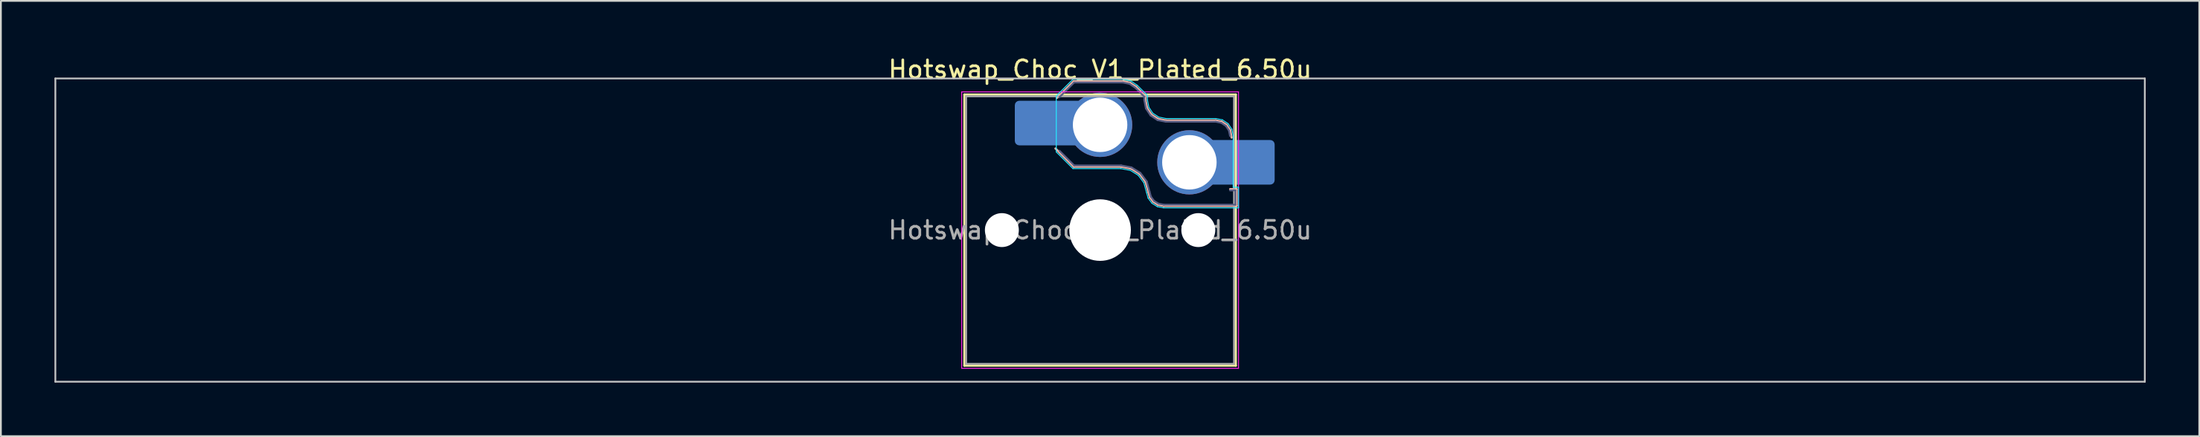
<source format=kicad_pcb>
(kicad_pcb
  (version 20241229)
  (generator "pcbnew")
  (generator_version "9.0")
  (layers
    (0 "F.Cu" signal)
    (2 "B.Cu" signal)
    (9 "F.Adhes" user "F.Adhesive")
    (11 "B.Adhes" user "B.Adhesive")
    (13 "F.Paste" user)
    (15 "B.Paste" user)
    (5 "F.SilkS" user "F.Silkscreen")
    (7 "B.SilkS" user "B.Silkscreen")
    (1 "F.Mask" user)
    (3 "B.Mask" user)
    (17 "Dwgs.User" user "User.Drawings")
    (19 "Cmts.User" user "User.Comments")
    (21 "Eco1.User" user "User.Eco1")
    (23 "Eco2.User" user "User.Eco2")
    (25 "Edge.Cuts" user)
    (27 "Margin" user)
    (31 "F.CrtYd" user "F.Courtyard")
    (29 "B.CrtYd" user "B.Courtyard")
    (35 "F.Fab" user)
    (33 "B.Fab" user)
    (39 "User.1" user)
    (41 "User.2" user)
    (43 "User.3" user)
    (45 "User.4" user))
  (footprint "Hotswap_Choc_V1_Plated_6.50u"
    (layer "F.Cu")
    (at 58.55 9.848)
    (property "Reference" "Hotswap_Choc_V1_Plated_6.50u" (at 0 -9 0) (layer "F.SilkS") (effects (font (size 1 1) (thickness 0.15))))
    (attr smd)
    (fp_line (start -7.6 -7.6) (end -7.6 7.6) (stroke (width 0.12) (type solid)) (layer "F.SilkS"))
    (fp_line (start -7.6 7.6) (end 7.6 7.6) (stroke (width 0.12) (type solid)) (layer "F.SilkS"))
    (fp_line (start 7.6 -7.6) (end -7.6 -7.6) (stroke (width 0.12) (type solid)) (layer "F.SilkS"))
    (fp_line (start 7.6 7.6) (end 7.6 -7.6) (stroke (width 0.12) (type solid)) (layer "F.SilkS"))
    (fp_line (start -2.416 -7.409) (end -1.479 -8.346) (stroke (width 0.12) (type solid)) (layer "B.SilkS"))
    (fp_line (start -1.479 -8.346) (end 1.268 -8.346) (stroke (width 0.12) (type solid)) (layer "B.SilkS"))
    (fp_line (start -1.479 -3.554) (end -2.5 -4.575) (stroke (width 0.12) (type solid)) (layer "B.SilkS"))
    (fp_line (start 1.168 -3.554) (end -1.479 -3.554) (stroke (width 0.12) (type solid)) (layer "B.SilkS"))
    (fp_line (start 1.268 -8.346) (end 1.671 -8.266) (stroke (width 0.12) (type solid)) (layer "B.SilkS"))
    (fp_line (start 1.671 -8.266) (end 2.013 -8.037) (stroke (width 0.12) (type solid)) (layer "B.SilkS"))
    (fp_line (start 1.73 -3.449) (end 1.168 -3.554) (stroke (width 0.12) (type solid)) (layer "B.SilkS"))
    (fp_line (start 2.013 -8.037) (end 2.546 -7.504) (stroke (width 0.12) (type solid)) (layer "B.SilkS"))
    (fp_line (start 2.209 -3.15) (end 1.73 -3.449) (stroke (width 0.12) (type solid)) (layer "B.SilkS"))
    (fp_line (start 2.546 -7.504) (end 2.546 -7.282) (stroke (width 0.12) (type solid)) (layer "B.SilkS"))
    (fp_line (start 2.546 -7.282) (end 2.633 -6.844) (stroke (width 0.12) (type solid)) (layer "B.SilkS"))
    (fp_line (start 2.547 -2.697) (end 2.209 -3.15) (stroke (width 0.12) (type solid)) (layer "B.SilkS"))
    (fp_line (start 2.633 -6.844) (end 2.877 -6.477) (stroke (width 0.12) (type solid)) (layer "B.SilkS"))
    (fp_line (start 2.701 -2.139) (end 2.547 -2.697) (stroke (width 0.12) (type solid)) (layer "B.SilkS"))
    (fp_line (start 2.783 -1.841) (end 2.701 -2.139) (stroke (width 0.12) (type solid)) (layer "B.SilkS"))
    (fp_line (start 2.877 -6.477) (end 3.244 -6.233) (stroke (width 0.12) (type solid)) (layer "B.SilkS"))
    (fp_line (start 2.976 -1.583) (end 2.783 -1.841) (stroke (width 0.12) (type solid)) (layer "B.SilkS"))
    (fp_line (start 3.244 -6.233) (end 3.682 -6.146) (stroke (width 0.12) (type solid)) (layer "B.SilkS"))
    (fp_line (start 3.25 -1.413) (end 2.976 -1.583) (stroke (width 0.12) (type solid)) (layer "B.SilkS"))
    (fp_line (start 3.56 -1.354) (end 3.25 -1.413) (stroke (width 0.12) (type solid)) (layer "B.SilkS"))
    (fp_line (start 3.682 -6.146) (end 6.482 -6.146) (stroke (width 0.12) (type solid)) (layer "B.SilkS"))
    (fp_line (start 6.482 -6.146) (end 6.809 -6.081) (stroke (width 0.12) (type solid)) (layer "B.SilkS"))
    (fp_line (start 6.809 -6.081) (end 7.092 -5.892) (stroke (width 0.12) (type solid)) (layer "B.SilkS"))
    (fp_line (start 7.092 -5.892) (end 7.281 -5.609) (stroke (width 0.12) (type solid)) (layer "B.SilkS"))
    (fp_line (start 7.281 -5.609) (end 7.366 -5.182) (stroke (width 0.12) (type solid)) (layer "B.SilkS"))
    (fp_line (start 7.283 -2.296) (end 7.646 -2.296) (stroke (width 0.12) (type solid)) (layer "B.SilkS"))
    (fp_line (start 7.646 -2.296) (end 7.646 -1.354) (stroke (width 0.12) (type solid)) (layer "B.SilkS"))
    (fp_line (start 7.646 -1.354) (end 3.56 -1.354) (stroke (width 0.12) (type solid)) (layer "B.SilkS"))
    (fp_line (start -58.5 -8.5) (end -58.5 8.5) (stroke (width 0.1) (type solid)) (layer "Dwgs.User"))
    (fp_line (start -58.5 8.5) (end 58.5 8.5) (stroke (width 0.1) (type solid)) (layer "Dwgs.User"))
    (fp_line (start 58.5 -8.5) (end -58.5 -8.5) (stroke (width 0.1) (type solid)) (layer "Dwgs.User"))
    (fp_line (start 58.5 8.5) (end 58.5 -8.5) (stroke (width 0.1) (type solid)) (layer "Dwgs.User"))
    (fp_line (start -7.25 -7.25) (end -7.25 7.25) (stroke (width 0.1) (type solid)) (layer "Eco1.User"))
    (fp_line (start -7.25 7.25) (end 7.25 7.25) (stroke (width 0.1) (type solid)) (layer "Eco1.User"))
    (fp_line (start 7.25 -7.25) (end -7.25 -7.25) (stroke (width 0.1) (type solid)) (layer "Eco1.User"))
    (fp_line (start 7.25 7.25) (end 7.25 -7.25) (stroke (width 0.1) (type solid)) (layer "Eco1.User"))
    (fp_line (start -2.452 -7.523) (end -1.523 -8.452) (stroke (width 0.05) (type solid)) (layer "B.CrtYd"))
    (fp_line (start -2.452 -4.377) (end -2.452 -7.523) (stroke (width 0.05) (type solid)) (layer "B.CrtYd"))
    (fp_line (start -1.523 -8.452) (end 1.278 -8.452) (stroke (width 0.05) (type solid)) (layer "B.CrtYd"))
    (fp_line (start -1.523 -3.448) (end -2.452 -4.377) (stroke (width 0.05) (type solid)) (layer "B.CrtYd"))
    (fp_line (start 1.159 -3.448) (end -1.523 -3.448) (stroke (width 0.05) (type solid)) (layer "B.CrtYd"))
    (fp_line (start 1.278 -8.452) (end 1.712 -8.366) (stroke (width 0.05) (type solid)) (layer "B.CrtYd"))
    (fp_line (start 1.691 -3.348) (end 1.159 -3.448) (stroke (width 0.05) (type solid)) (layer "B.CrtYd"))
    (fp_line (start 1.712 -8.366) (end 2.081 -8.119) (stroke (width 0.05) (type solid)) (layer "B.CrtYd"))
    (fp_line (start 2.081 -8.119) (end 2.652 -7.548) (stroke (width 0.05) (type solid)) (layer "B.CrtYd"))
    (fp_line (start 2.136 -3.071) (end 1.691 -3.348) (stroke (width 0.05) (type solid)) (layer "B.CrtYd"))
    (fp_line (start 2.45 -2.65) (end 2.136 -3.071) (stroke (width 0.05) (type solid)) (layer "B.CrtYd"))
    (fp_line (start 2.599 -2.111) (end 2.45 -2.65) (stroke (width 0.05) (type solid)) (layer "B.CrtYd"))
    (fp_line (start 2.652 -7.548) (end 2.652 -7.292) (stroke (width 0.05) (type solid)) (layer "B.CrtYd"))
    (fp_line (start 2.652 -7.292) (end 2.733 -6.885) (stroke (width 0.05) (type solid)) (layer "B.CrtYd"))
    (fp_line (start 2.687 -1.794) (end 2.599 -2.111) (stroke (width 0.05) (type solid)) (layer "B.CrtYd"))
    (fp_line (start 2.733 -6.885) (end 2.953 -6.553) (stroke (width 0.05) (type solid)) (layer "B.CrtYd"))
    (fp_line (start 2.903 -1.503) (end 2.687 -1.794) (stroke (width 0.05) (type solid)) (layer "B.CrtYd"))
    (fp_line (start 2.953 -6.553) (end 3.285 -6.333) (stroke (width 0.05) (type solid)) (layer "B.CrtYd"))
    (fp_line (start 3.211 -1.312) (end 2.903 -1.503) (stroke (width 0.05) (type solid)) (layer "B.CrtYd"))
    (fp_line (start 3.285 -6.333) (end 3.692 -6.252) (stroke (width 0.05) (type solid)) (layer "B.CrtYd"))
    (fp_line (start 3.55 -1.248) (end 3.211 -1.312) (stroke (width 0.05) (type solid)) (layer "B.CrtYd"))
    (fp_line (start 3.692 -6.252) (end 6.492 -6.252) (stroke (width 0.05) (type solid)) (layer "B.CrtYd"))
    (fp_line (start 6.492 -6.252) (end 6.85 -6.181) (stroke (width 0.05) (type solid)) (layer "B.CrtYd"))
    (fp_line (start 6.85 -6.181) (end 7.168 -5.968) (stroke (width 0.05) (type solid)) (layer "B.CrtYd"))
    (fp_line (start 7.168 -5.968) (end 7.381 -5.65) (stroke (width 0.05) (type solid)) (layer "B.CrtYd"))
    (fp_line (start 7.381 -5.65) (end 7.452 -5.292) (stroke (width 0.05) (type solid)) (layer "B.CrtYd"))
    (fp_line (start 7.452 -5.292) (end 7.452 -2.402) (stroke (width 0.05) (type solid)) (layer "B.CrtYd"))
    (fp_line (start 7.452 -2.402) (end 7.752 -2.402) (stroke (width 0.05) (type solid)) (layer "B.CrtYd"))
    (fp_line (start 7.752 -2.402) (end 7.752 -1.248) (stroke (width 0.05) (type solid)) (layer "B.CrtYd"))
    (fp_line (start 7.752 -1.248) (end 3.55 -1.248) (stroke (width 0.05) (type solid)) (layer "B.CrtYd"))
    (fp_line (start -7.75 -7.75) (end -7.75 7.75) (stroke (width 0.05) (type solid)) (layer "F.CrtYd"))
    (fp_line (start -7.75 7.75) (end 7.75 7.75) (stroke (width 0.05) (type solid)) (layer "F.CrtYd"))
    (fp_line (start 7.75 -7.75) (end -7.75 -7.75) (stroke (width 0.05) (type solid)) (layer "F.CrtYd"))
    (fp_line (start 7.75 7.75) (end 7.75 -7.75) (stroke (width 0.05) (type solid)) (layer "F.CrtYd"))
    (fp_line (start -2.275 -7.45) (end -1.45 -8.275) (stroke (width 0.1) (type solid)) (layer "B.Fab"))
    (fp_line (start -1.45 -8.275) (end 1.261 -8.275) (stroke (width 0.1) (type solid)) (layer "B.Fab"))
    (fp_line (start -1.45 -3.625) (end -2.275 -4.45) (stroke (width 0.1) (type solid)) (layer "B.Fab"))
    (fp_line (start 1.175 -3.625) (end -1.45 -3.625) (stroke (width 0.1) (type solid)) (layer "B.Fab"))
    (fp_line (start 1.261 -8.275) (end 1.643 -8.199) (stroke (width 0.1) (type solid)) (layer "B.Fab"))
    (fp_line (start 1.643 -8.199) (end 1.968 -7.982) (stroke (width 0.1) (type solid)) (layer "B.Fab"))
    (fp_line (start 1.756 -3.516) (end 1.175 -3.625) (stroke (width 0.1) (type solid)) (layer "B.Fab"))
    (fp_line (start 1.968 -7.982) (end 2.475 -7.475) (stroke (width 0.1) (type solid)) (layer "B.Fab"))
    (fp_line (start 2.258 -3.203) (end 1.756 -3.516) (stroke (width 0.1) (type solid)) (layer "B.Fab"))
    (fp_line (start 2.475 -7.475) (end 2.475 -7.275) (stroke (width 0.1) (type solid)) (layer "B.Fab"))
    (fp_line (start 2.475 -7.275) (end 2.566 -6.816) (stroke (width 0.1) (type solid)) (layer "B.Fab"))
    (fp_line (start 2.566 -6.816) (end 2.826 -6.426) (stroke (width 0.1) (type solid)) (layer "B.Fab"))
    (fp_line (start 2.612 -2.729) (end 2.258 -3.203) (stroke (width 0.1) (type solid)) (layer "B.Fab"))
    (fp_line (start 2.769 -2.158) (end 2.612 -2.729) (stroke (width 0.1) (type solid)) (layer "B.Fab"))
    (fp_line (start 2.826 -6.426) (end 3.216 -6.166) (stroke (width 0.1) (type solid)) (layer "B.Fab"))
    (fp_line (start 2.848 -1.873) (end 2.769 -2.158) (stroke (width 0.1) (type solid)) (layer "B.Fab"))
    (fp_line (start 3.025 -1.636) (end 2.848 -1.873) (stroke (width 0.1) (type solid)) (layer "B.Fab"))
    (fp_line (start 3.216 -6.166) (end 3.675 -6.075) (stroke (width 0.1) (type solid)) (layer "B.Fab"))
    (fp_line (start 3.276 -1.48) (end 3.025 -1.636) (stroke (width 0.1) (type solid)) (layer "B.Fab"))
    (fp_line (start 3.567 -1.425) (end 3.276 -1.48) (stroke (width 0.1) (type solid)) (layer "B.Fab"))
    (fp_line (start 3.675 -6.075) (end 6.475 -6.075) (stroke (width 0.1) (type solid)) (layer "B.Fab"))
    (fp_line (start 6.475 -6.075) (end 6.781 -6.014) (stroke (width 0.1) (type solid)) (layer "B.Fab"))
    (fp_line (start 6.781 -6.014) (end 7.041 -5.841) (stroke (width 0.1) (type solid)) (layer "B.Fab"))
    (fp_line (start 7.041 -5.841) (end 7.214 -5.581) (stroke (width 0.1) (type solid)) (layer "B.Fab"))
    (fp_line (start 7.214 -5.581) (end 7.275 -5.275) (stroke (width 0.1) (type solid)) (layer "B.Fab"))
    (fp_line (start 7.275 -2.225) (end 7.575 -2.225) (stroke (width 0.1) (type solid)) (layer "B.Fab"))
    (fp_line (start 7.575 -2.225) (end 7.575 -1.425) (stroke (width 0.1) (type solid)) (layer "B.Fab"))
    (fp_line (start 7.575 -1.425) (end 3.567 -1.425) (stroke (width 0.1) (type solid)) (layer "B.Fab"))
    (fp_line (start -7.5 -7.5) (end -7.5 7.5) (stroke (width 0.1) (type solid)) (layer "F.Fab"))
    (fp_line (start -7.5 7.5) (end 7.5 7.5) (stroke (width 0.1) (type solid)) (layer "F.Fab"))
    (fp_line (start 7.5 -7.5) (end -7.5 -7.5) (stroke (width 0.1) (type solid)) (layer "F.Fab"))
    (fp_line (start 7.5 7.5) (end 7.5 -7.5) (stroke (width 0.1) (type solid)) (layer "F.Fab"))
    (fp_text user "${REFERENCE}" (at 0 0 0) (layer "F.Fab") (effects (font (size 1 1) (thickness 0.15))))
    (pad "" np_thru_hole circle (at -5.5 0) (size 1.9 1.9) (drill 1.9) (layers "*.Cu" "*.Mask"))
    (pad "" smd roundrect (at -3.5 -6) (size 2.55 2.5) (layers "B.Mask" "B.Paste") (roundrect_rratio 0.1))
    (pad "" np_thru_hole circle (at 0 0) (size 3.45 3.45) (drill 3.45) (layers "*.Cu" "*.Mask"))
    (pad "" np_thru_hole circle (at 5.5 0) (size 1.9 1.9) (drill 1.9) (layers "*.Cu" "*.Mask"))
    (pad "" smd roundrect (at 8.5 -3.8) (size 2.55 2.5) (layers "B.Mask" "B.Paste") (roundrect_rratio 0.1))
    (pad "1" smd roundrect (at -2.85 -6) (size 3.85 2.5) (layers "B.Cu") (roundrect_rratio 0.1))
    (pad "1" thru_hole circle (at 0 -5.9) (size 3.6 3.6) (drill 3.05) (layers "*.Cu" "*.Mask"))
    (pad "2" thru_hole circle (at 5 -3.8) (size 3.6 3.6) (drill 3.05) (layers "*.Cu" "*.Mask"))
    (pad "2" smd roundrect (at 7.85 -3.8) (size 3.85 2.5) (layers "B.Cu") (roundrect_rratio 0.1)))
  (gr_rect
    (start -3 -3)
    (end 120.1 21.398)
    (stroke (width 0.1) (type default))
    (fill no)
    (layer "Edge.Cuts")))
</source>
